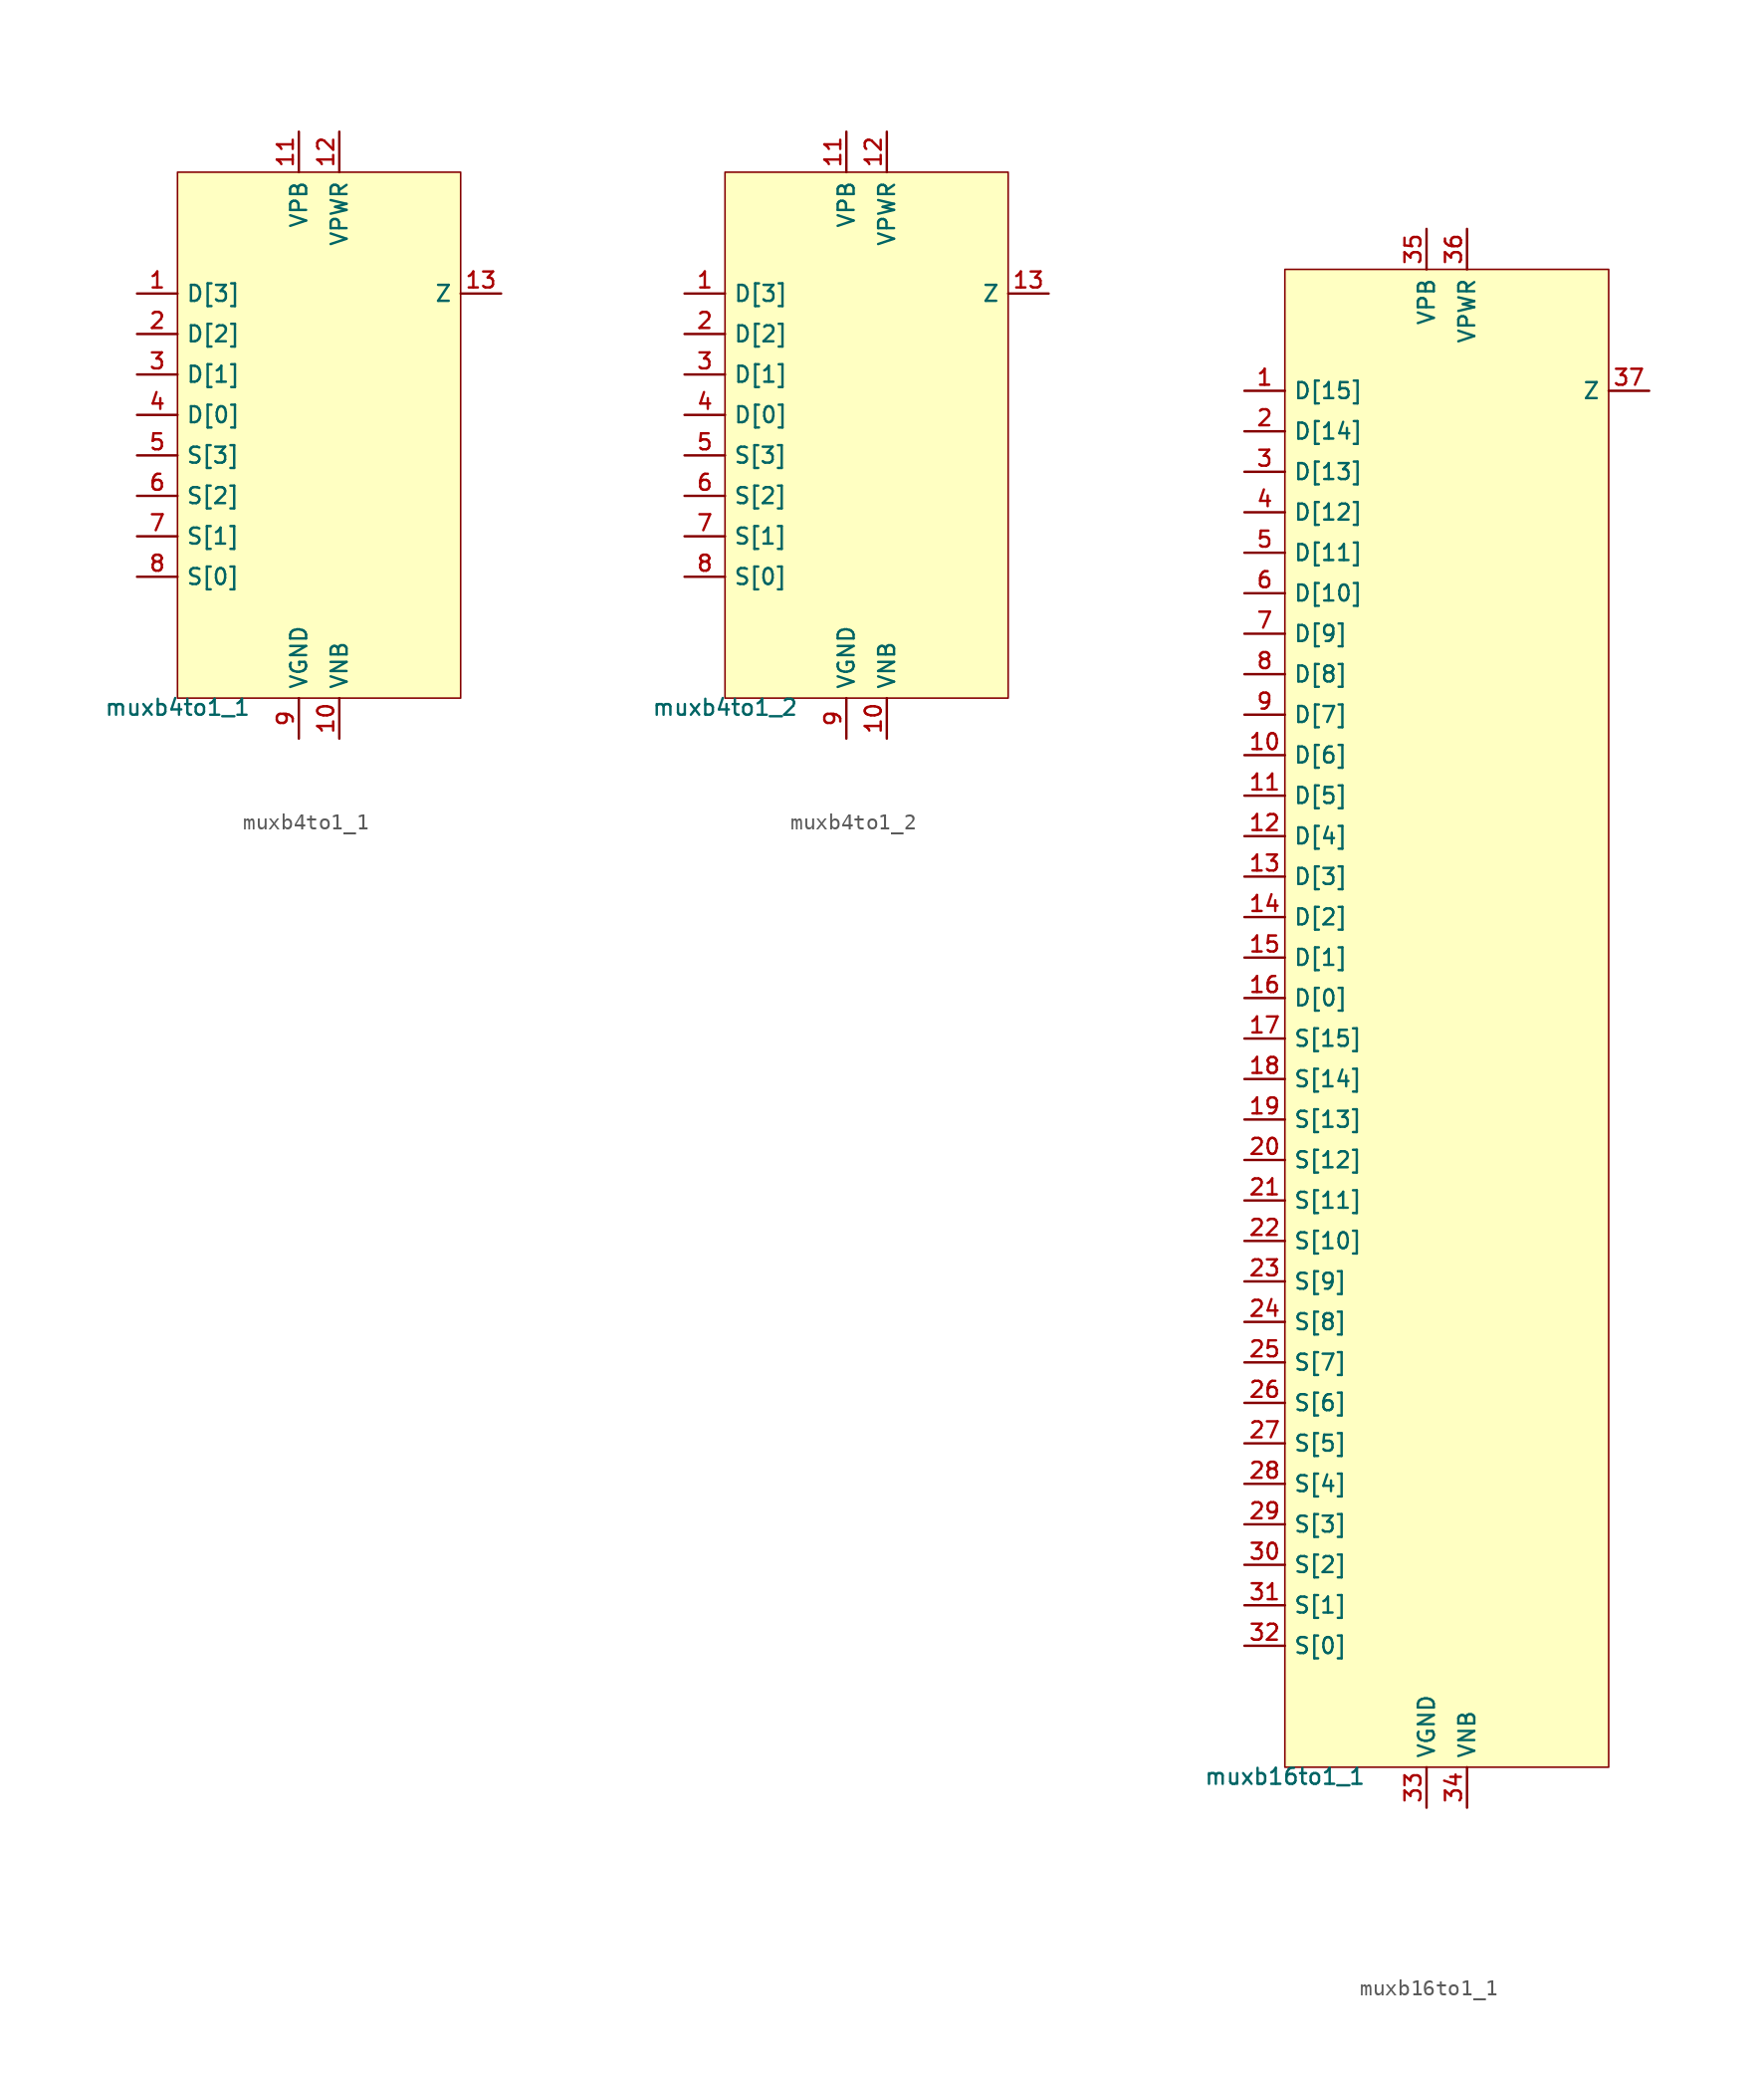
<source format=kicad_sym>
(kicad_symbol_lib
  (version 20211014)
  (generator pdk2kicad)
  (symbol "muxb4to1_1"
    (property "Reference" "X"
      (at 0 0 0)
      (effects (font (size 1 1)) hide))
    (property "Value" "muxb4to1_1"
      (at -8.89 -16.51 0)
      (effects (font (size 1 1)) (justify top)))
    (rectangle
      (start -8.89 -16.51)
      (end 8.89 16.51)
      (stroke (width 0.1) (type solid) (color 0 0 0 0))
      (fill (type background)))
    (pin input line
      (at -11.43 8.89 0)
      (length 2.54)
      (name "D[3]" (effects (font (size 1 1)) hide))
      (number "1" (effects (font (size 1 1)) hide)))
    (pin input line
      (at -11.43 6.35 0)
      (length 2.54)
      (name "D[2]" (effects (font (size 1 1)) hide))
      (number "2" (effects (font (size 1 1)) hide)))
    (pin input line
      (at -11.43 3.81 0)
      (length 2.54)
      (name "D[1]" (effects (font (size 1 1)) hide))
      (number "3" (effects (font (size 1 1)) hide)))
    (pin input line
      (at -11.43 1.27 0)
      (length 2.54)
      (name "D[0]" (effects (font (size 1 1)) hide))
      (number "4" (effects (font (size 1 1)) hide)))
    (pin input line
      (at -11.43 -1.27 0)
      (length 2.54)
      (name "S[3]" (effects (font (size 1 1)) hide))
      (number "5" (effects (font (size 1 1)) hide)))
    (pin input line
      (at -11.43 -3.81 0)
      (length 2.54)
      (name "S[2]" (effects (font (size 1 1)) hide))
      (number "6" (effects (font (size 1 1)) hide)))
    (pin input line
      (at -11.43 -6.35 0)
      (length 2.54)
      (name "S[1]" (effects (font (size 1 1)) hide))
      (number "7" (effects (font (size 1 1)) hide)))
    (pin input line
      (at -11.43 -8.89 0)
      (length 2.54)
      (name "S[0]" (effects (font (size 1 1)) hide))
      (number "8" (effects (font (size 1 1)) hide)))
    (pin power_in line
      (at -1.27 -19.05 90)
      (length 2.54)
      (name "VGND" (effects (font (size 1 1)) hide))
      (number "9" (effects (font (size 1 1)) hide)))
    (pin power_in line
      (at 1.27 -19.05 90)
      (length 2.54)
      (name "VNB" (effects (font (size 1 1)) hide))
      (number "10" (effects (font (size 1 1)) hide)))
    (pin power_in line
      (at -1.27 19.05 270)
      (length 2.54)
      (name "VPB" (effects (font (size 1 1)) hide))
      (number "11" (effects (font (size 1 1)) hide)))
    (pin power_in line
      (at 1.27 19.05 270)
      (length 2.54)
      (name "VPWR" (effects (font (size 1 1)) hide))
      (number "12" (effects (font (size 1 1)) hide)))
    (pin output line
      (at 11.43 8.89 180)
      (length 2.54)
      (name "Z" (effects (font (size 1 1)) hide))
      (number "13" (effects (font (size 1 1)) hide))))
  (symbol "muxb4to1_2"
    (property "Reference" "X"
      (at 0 0 0)
      (effects (font (size 1 1)) hide))
    (property "Value" "muxb4to1_2"
      (at -8.89 -16.51 0)
      (effects (font (size 1 1)) (justify top)))
    (rectangle
      (start -8.89 -16.51)
      (end 8.89 16.51)
      (stroke (width 0.1) (type solid) (color 0 0 0 0))
      (fill (type background)))
    (pin input line
      (at -11.43 8.89 0)
      (length 2.54)
      (name "D[3]" (effects (font (size 1 1)) hide))
      (number "1" (effects (font (size 1 1)) hide)))
    (pin input line
      (at -11.43 6.35 0)
      (length 2.54)
      (name "D[2]" (effects (font (size 1 1)) hide))
      (number "2" (effects (font (size 1 1)) hide)))
    (pin input line
      (at -11.43 3.81 0)
      (length 2.54)
      (name "D[1]" (effects (font (size 1 1)) hide))
      (number "3" (effects (font (size 1 1)) hide)))
    (pin input line
      (at -11.43 1.27 0)
      (length 2.54)
      (name "D[0]" (effects (font (size 1 1)) hide))
      (number "4" (effects (font (size 1 1)) hide)))
    (pin input line
      (at -11.43 -1.27 0)
      (length 2.54)
      (name "S[3]" (effects (font (size 1 1)) hide))
      (number "5" (effects (font (size 1 1)) hide)))
    (pin input line
      (at -11.43 -3.81 0)
      (length 2.54)
      (name "S[2]" (effects (font (size 1 1)) hide))
      (number "6" (effects (font (size 1 1)) hide)))
    (pin input line
      (at -11.43 -6.35 0)
      (length 2.54)
      (name "S[1]" (effects (font (size 1 1)) hide))
      (number "7" (effects (font (size 1 1)) hide)))
    (pin input line
      (at -11.43 -8.89 0)
      (length 2.54)
      (name "S[0]" (effects (font (size 1 1)) hide))
      (number "8" (effects (font (size 1 1)) hide)))
    (pin power_in line
      (at -1.27 -19.05 90)
      (length 2.54)
      (name "VGND" (effects (font (size 1 1)) hide))
      (number "9" (effects (font (size 1 1)) hide)))
    (pin power_in line
      (at 1.27 -19.05 90)
      (length 2.54)
      (name "VNB" (effects (font (size 1 1)) hide))
      (number "10" (effects (font (size 1 1)) hide)))
    (pin power_in line
      (at -1.27 19.05 270)
      (length 2.54)
      (name "VPB" (effects (font (size 1 1)) hide))
      (number "11" (effects (font (size 1 1)) hide)))
    (pin power_in line
      (at 1.27 19.05 270)
      (length 2.54)
      (name "VPWR" (effects (font (size 1 1)) hide))
      (number "12" (effects (font (size 1 1)) hide)))
    (pin output line
      (at 11.43 8.89 180)
      (length 2.54)
      (name "Z" (effects (font (size 1 1)) hide))
      (number "13" (effects (font (size 1 1)) hide))))
  (symbol "muxb16to1_1"
    (property "Reference" "X"
      (at 0 0 0)
      (effects (font (size 1 1)) hide))
    (property "Value" "muxb16to1_1"
      (at -10.16 -46.99 0)
      (effects (font (size 1 1)) (justify top)))
    (rectangle
      (start -10.16 -46.99)
      (end 10.16 46.99)
      (stroke (width 0.1) (type solid) (color 0 0 0 0))
      (fill (type background)))
    (pin input line
      (at -12.7 39.37 0)
      (length 2.54)
      (name "D[15]" (effects (font (size 1 1)) hide))
      (number "1" (effects (font (size 1 1)) hide)))
    (pin input line
      (at -12.7 36.83 0)
      (length 2.54)
      (name "D[14]" (effects (font (size 1 1)) hide))
      (number "2" (effects (font (size 1 1)) hide)))
    (pin input line
      (at -12.7 34.29 0)
      (length 2.54)
      (name "D[13]" (effects (font (size 1 1)) hide))
      (number "3" (effects (font (size 1 1)) hide)))
    (pin input line
      (at -12.7 31.75 0)
      (length 2.54)
      (name "D[12]" (effects (font (size 1 1)) hide))
      (number "4" (effects (font (size 1 1)) hide)))
    (pin input line
      (at -12.7 29.21 0)
      (length 2.54)
      (name "D[11]" (effects (font (size 1 1)) hide))
      (number "5" (effects (font (size 1 1)) hide)))
    (pin input line
      (at -12.7 26.67 0)
      (length 2.54)
      (name "D[10]" (effects (font (size 1 1)) hide))
      (number "6" (effects (font (size 1 1)) hide)))
    (pin input line
      (at -12.7 24.13 0)
      (length 2.54)
      (name "D[9]" (effects (font (size 1 1)) hide))
      (number "7" (effects (font (size 1 1)) hide)))
    (pin input line
      (at -12.7 21.59 0)
      (length 2.54)
      (name "D[8]" (effects (font (size 1 1)) hide))
      (number "8" (effects (font (size 1 1)) hide)))
    (pin input line
      (at -12.7 19.05 0)
      (length 2.54)
      (name "D[7]" (effects (font (size 1 1)) hide))
      (number "9" (effects (font (size 1 1)) hide)))
    (pin input line
      (at -12.7 16.51 0)
      (length 2.54)
      (name "D[6]" (effects (font (size 1 1)) hide))
      (number "10" (effects (font (size 1 1)) hide)))
    (pin input line
      (at -12.7 13.97 0)
      (length 2.54)
      (name "D[5]" (effects (font (size 1 1)) hide))
      (number "11" (effects (font (size 1 1)) hide)))
    (pin input line
      (at -12.7 11.43 0)
      (length 2.54)
      (name "D[4]" (effects (font (size 1 1)) hide))
      (number "12" (effects (font (size 1 1)) hide)))
    (pin input line
      (at -12.7 8.89 0)
      (length 2.54)
      (name "D[3]" (effects (font (size 1 1)) hide))
      (number "13" (effects (font (size 1 1)) hide)))
    (pin input line
      (at -12.7 6.35 0)
      (length 2.54)
      (name "D[2]" (effects (font (size 1 1)) hide))
      (number "14" (effects (font (size 1 1)) hide)))
    (pin input line
      (at -12.7 3.81 0)
      (length 2.54)
      (name "D[1]" (effects (font (size 1 1)) hide))
      (number "15" (effects (font (size 1 1)) hide)))
    (pin input line
      (at -12.7 1.27 0)
      (length 2.54)
      (name "D[0]" (effects (font (size 1 1)) hide))
      (number "16" (effects (font (size 1 1)) hide)))
    (pin input line
      (at -12.7 -1.27 0)
      (length 2.54)
      (name "S[15]" (effects (font (size 1 1)) hide))
      (number "17" (effects (font (size 1 1)) hide)))
    (pin input line
      (at -12.7 -3.81 0)
      (length 2.54)
      (name "S[14]" (effects (font (size 1 1)) hide))
      (number "18" (effects (font (size 1 1)) hide)))
    (pin input line
      (at -12.7 -6.35 0)
      (length 2.54)
      (name "S[13]" (effects (font (size 1 1)) hide))
      (number "19" (effects (font (size 1 1)) hide)))
    (pin input line
      (at -12.7 -8.89 0)
      (length 2.54)
      (name "S[12]" (effects (font (size 1 1)) hide))
      (number "20" (effects (font (size 1 1)) hide)))
    (pin input line
      (at -12.7 -11.43 0)
      (length 2.54)
      (name "S[11]" (effects (font (size 1 1)) hide))
      (number "21" (effects (font (size 1 1)) hide)))
    (pin input line
      (at -12.7 -13.97 0)
      (length 2.54)
      (name "S[10]" (effects (font (size 1 1)) hide))
      (number "22" (effects (font (size 1 1)) hide)))
    (pin input line
      (at -12.7 -16.51 0)
      (length 2.54)
      (name "S[9]" (effects (font (size 1 1)) hide))
      (number "23" (effects (font (size 1 1)) hide)))
    (pin input line
      (at -12.7 -19.05 0)
      (length 2.54)
      (name "S[8]" (effects (font (size 1 1)) hide))
      (number "24" (effects (font (size 1 1)) hide)))
    (pin input line
      (at -12.7 -21.59 0)
      (length 2.54)
      (name "S[7]" (effects (font (size 1 1)) hide))
      (number "25" (effects (font (size 1 1)) hide)))
    (pin input line
      (at -12.7 -24.13 0)
      (length 2.54)
      (name "S[6]" (effects (font (size 1 1)) hide))
      (number "26" (effects (font (size 1 1)) hide)))
    (pin input line
      (at -12.7 -26.67 0)
      (length 2.54)
      (name "S[5]" (effects (font (size 1 1)) hide))
      (number "27" (effects (font (size 1 1)) hide)))
    (pin input line
      (at -12.7 -29.21 0)
      (length 2.54)
      (name "S[4]" (effects (font (size 1 1)) hide))
      (number "28" (effects (font (size 1 1)) hide)))
    (pin input line
      (at -12.7 -31.75 0)
      (length 2.54)
      (name "S[3]" (effects (font (size 1 1)) hide))
      (number "29" (effects (font (size 1 1)) hide)))
    (pin input line
      (at -12.7 -34.29 0)
      (length 2.54)
      (name "S[2]" (effects (font (size 1 1)) hide))
      (number "30" (effects (font (size 1 1)) hide)))
    (pin input line
      (at -12.7 -36.83 0)
      (length 2.54)
      (name "S[1]" (effects (font (size 1 1)) hide))
      (number "31" (effects (font (size 1 1)) hide)))
    (pin input line
      (at -12.7 -39.37 0)
      (length 2.54)
      (name "S[0]" (effects (font (size 1 1)) hide))
      (number "32" (effects (font (size 1 1)) hide)))
    (pin power_in line
      (at -1.27 -49.53 90)
      (length 2.54)
      (name "VGND" (effects (font (size 1 1)) hide))
      (number "33" (effects (font (size 1 1)) hide)))
    (pin power_in line
      (at 1.27 -49.53 90)
      (length 2.54)
      (name "VNB" (effects (font (size 1 1)) hide))
      (number "34" (effects (font (size 1 1)) hide)))
    (pin power_in line
      (at -1.27 49.53 270)
      (length 2.54)
      (name "VPB" (effects (font (size 1 1)) hide))
      (number "35" (effects (font (size 1 1)) hide)))
    (pin power_in line
      (at 1.27 49.53 270)
      (length 2.54)
      (name "VPWR" (effects (font (size 1 1)) hide))
      (number "36" (effects (font (size 1 1)) hide)))
    (pin output line
      (at 12.7 39.37 180)
      (length 2.54)
      (name "Z" (effects (font (size 1 1)) hide))
      (number "37" (effects (font (size 1 1)) hide)))))
</source>
